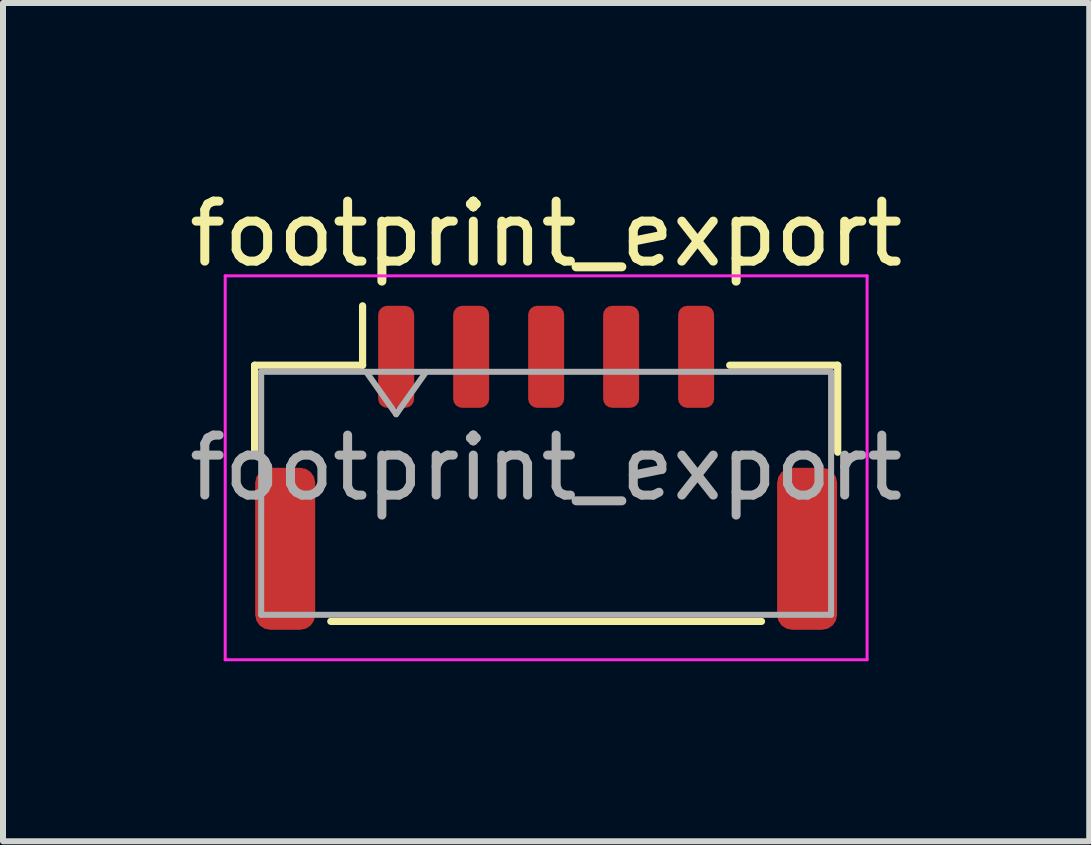
<source format=kicad_pcb>
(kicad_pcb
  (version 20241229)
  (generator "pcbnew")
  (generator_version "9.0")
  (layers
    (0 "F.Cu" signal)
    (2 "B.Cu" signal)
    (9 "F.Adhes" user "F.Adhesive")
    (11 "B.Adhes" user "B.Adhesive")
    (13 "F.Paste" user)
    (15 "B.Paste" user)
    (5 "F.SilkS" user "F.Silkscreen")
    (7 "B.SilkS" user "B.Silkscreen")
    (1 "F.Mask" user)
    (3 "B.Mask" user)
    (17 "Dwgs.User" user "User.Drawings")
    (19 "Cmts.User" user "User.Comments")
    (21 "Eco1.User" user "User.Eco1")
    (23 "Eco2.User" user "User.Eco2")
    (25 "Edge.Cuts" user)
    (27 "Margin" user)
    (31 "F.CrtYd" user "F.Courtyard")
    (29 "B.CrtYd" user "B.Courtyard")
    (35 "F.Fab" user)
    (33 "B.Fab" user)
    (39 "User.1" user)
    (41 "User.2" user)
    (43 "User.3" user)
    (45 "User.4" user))
  (footprint "footprint_export"
    (layer "F.Cu")
    (at 6.054 4.748)
    (property "Reference" "footprint_export" (at 0 -3.9 0) (layer "F.SilkS") (effects (font (size 1 1) (thickness 0.15))))
    (attr smd)
    (fp_line (start -4.86 -1.71) (end -3.06 -1.71) (stroke (width 0.12) (type solid)) (layer "F.SilkS"))
    (fp_line (start -4.86 -0.26) (end -4.86 -1.71) (stroke (width 0.12) (type solid)) (layer "F.SilkS"))
    (fp_line (start -3.59 2.56) (end 3.59 2.56) (stroke (width 0.12) (type solid)) (layer "F.SilkS"))
    (fp_line (start -3.06 -1.71) (end -3.06 -2.7) (stroke (width 0.12) (type solid)) (layer "F.SilkS"))
    (fp_line (start 4.86 -1.71) (end 3.06 -1.71) (stroke (width 0.12) (type solid)) (layer "F.SilkS"))
    (fp_line (start 4.86 -0.26) (end 4.86 -1.71) (stroke (width 0.12) (type solid)) (layer "F.SilkS"))
    (fp_line (start -5.35 -3.2) (end -5.35 3.2) (stroke (width 0.05) (type solid)) (layer "F.CrtYd"))
    (fp_line (start -5.35 3.2) (end 5.35 3.2) (stroke (width 0.05) (type solid)) (layer "F.CrtYd"))
    (fp_line (start 5.35 -3.2) (end -5.35 -3.2) (stroke (width 0.05) (type solid)) (layer "F.CrtYd"))
    (fp_line (start 5.35 3.2) (end 5.35 -3.2) (stroke (width 0.05) (type solid)) (layer "F.CrtYd"))
    (fp_line (start -4.75 -1.6) (end -4.75 2.45) (stroke (width 0.1) (type solid)) (layer "F.Fab"))
    (fp_line (start -4.75 -1.6) (end 4.75 -1.6) (stroke (width 0.1) (type solid)) (layer "F.Fab"))
    (fp_line (start -4.75 2.45) (end 4.75 2.45) (stroke (width 0.1) (type solid)) (layer "F.Fab"))
    (fp_line (start -3 -1.6) (end -2.5 -0.893) (stroke (width 0.1) (type solid)) (layer "F.Fab"))
    (fp_line (start -2.5 -0.893) (end -2 -1.6) (stroke (width 0.1) (type solid)) (layer "F.Fab"))
    (fp_line (start 4.75 -1.6) (end 4.75 2.45) (stroke (width 0.1) (type solid)) (layer "F.Fab"))
    (fp_text user "${REFERENCE}" (at 0 0 0) (layer "F.Fab") (effects (font (size 1 1) (thickness 0.15))))
    (pad "1" smd roundrect (at -2.5 -1.85) (size 0.6 1.7) (layers "F.Cu" "F.Mask" "F.Paste") (roundrect_rratio 0.25))
    (pad "2" smd roundrect (at -1.25 -1.85) (size 0.6 1.7) (layers "F.Cu" "F.Mask" "F.Paste") (roundrect_rratio 0.25))
    (pad "3" smd roundrect (at 0 -1.85) (size 0.6 1.7) (layers "F.Cu" "F.Mask" "F.Paste") (roundrect_rratio 0.25))
    (pad "4" smd roundrect (at 1.25 -1.85) (size 0.6 1.7) (layers "F.Cu" "F.Mask" "F.Paste") (roundrect_rratio 0.25))
    (pad "5" smd roundrect (at 2.5 -1.85) (size 0.6 1.7) (layers "F.Cu" "F.Mask" "F.Paste") (roundrect_rratio 0.25))
    (pad "MP" smd roundrect (at -4.35 1.35) (size 1 2.7) (layers "F.Cu" "F.Mask" "F.Paste") (roundrect_rratio 0.25))
    (pad "MP" smd roundrect (at 4.35 1.35) (size 1 2.7) (layers "F.Cu" "F.Mask" "F.Paste") (roundrect_rratio 0.25)))
  (gr_rect
    (start -3 -3)
    (end 15.107 10.973)
    (stroke (width 0.1) (type default))
    (fill no)
    (layer "Edge.Cuts")))
</source>
